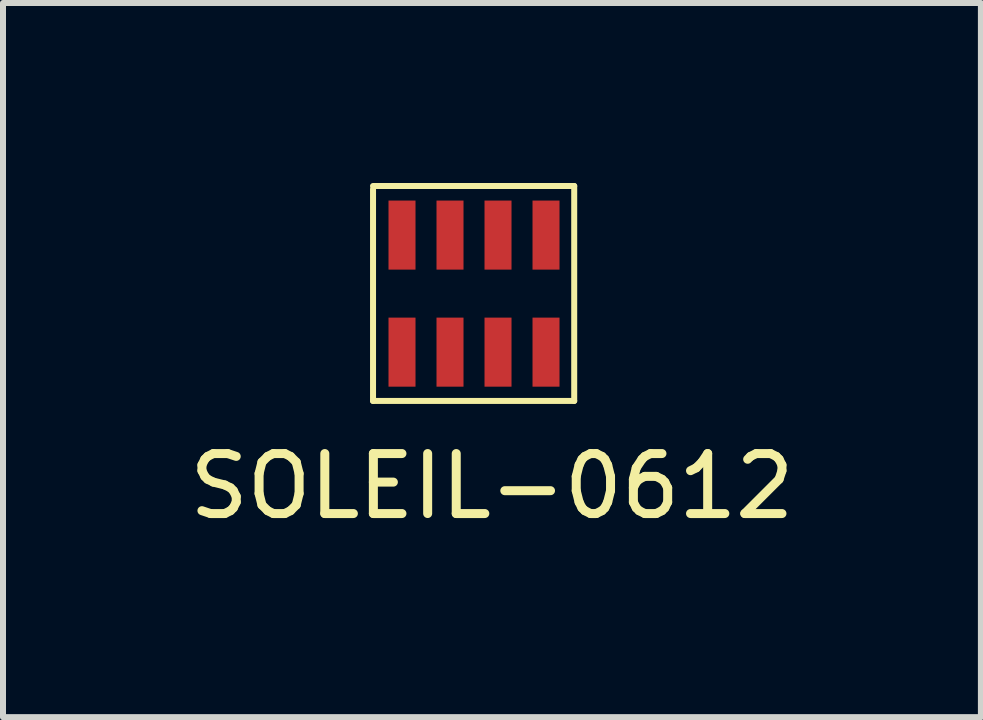
<source format=kicad_pcb>
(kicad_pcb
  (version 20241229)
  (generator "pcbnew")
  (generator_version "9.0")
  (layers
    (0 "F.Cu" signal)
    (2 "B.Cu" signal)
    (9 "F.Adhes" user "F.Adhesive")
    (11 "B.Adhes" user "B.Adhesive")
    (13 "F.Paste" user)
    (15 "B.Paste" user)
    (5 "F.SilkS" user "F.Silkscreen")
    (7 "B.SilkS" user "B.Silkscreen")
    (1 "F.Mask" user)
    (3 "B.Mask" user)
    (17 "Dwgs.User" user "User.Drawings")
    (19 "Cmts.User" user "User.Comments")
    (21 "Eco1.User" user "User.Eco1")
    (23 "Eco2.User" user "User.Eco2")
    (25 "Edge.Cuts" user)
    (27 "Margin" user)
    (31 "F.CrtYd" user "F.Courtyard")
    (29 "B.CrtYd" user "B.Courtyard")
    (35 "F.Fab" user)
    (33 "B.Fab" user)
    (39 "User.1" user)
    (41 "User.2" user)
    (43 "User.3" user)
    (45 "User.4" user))
  (footprint "SOLEIL-0612"
    (layer "F.Cu")
    (at 3.65 2.819)
    (property "Reference" "SOLEIL-0612" (at 1.499 2.235 0) (layer "F.SilkS") (effects (font (size 1 1) (thickness 0.15))))
    (attr through_hole)
    (fp_line (start -0.483 -2.718) (end -0.483 0.813) (stroke (width 0.1) (type solid)) (layer "F.SilkS"))
    (fp_line (start -0.483 0.813) (end 2.87 0.813) (stroke (width 0.1) (type solid)) (layer "F.SilkS"))
    (fp_line (start 2.87 -2.769) (end -0.483 -2.769) (stroke (width 0.1) (type solid)) (layer "F.SilkS"))
    (fp_line (start 2.87 0.813) (end 2.87 -2.769) (stroke (width 0.1) (type solid)) (layer "F.SilkS"))
    (pad "1" smd rect (at 0 0) (size 0.45 1.151) (layers "F.Cu" "F.Mask" "F.Paste"))
    (pad "2" smd rect (at 0.8 0) (size 0.45 1.151) (layers "F.Cu" "F.Mask" "F.Paste"))
    (pad "3" smd rect (at 1.6 0) (size 0.45 1.151) (layers "F.Cu" "F.Mask" "F.Paste"))
    (pad "4" smd rect (at 2.4 0) (size 0.45 1.151) (layers "F.Cu" "F.Mask" "F.Paste"))
    (pad "5" smd rect (at 2.4 -1.951) (size 0.45 1.151) (layers "F.Cu" "F.Mask" "F.Paste"))
    (pad "6" smd rect (at 1.6 -1.951) (size 0.45 1.151) (layers "F.Cu" "F.Mask" "F.Paste"))
    (pad "7" smd rect (at 0.8 -1.951) (size 0.45 1.151) (layers "F.Cu" "F.Mask" "F.Paste"))
    (pad "8" smd rect (at 0 -1.951) (size 0.45 1.151) (layers "F.Cu" "F.Mask" "F.Paste")))
  (gr_rect
    (start -3 -3)
    (end 13.298 8.902)
    (stroke (width 0.1) (type default))
    (fill no)
    (layer "Edge.Cuts")))
</source>
